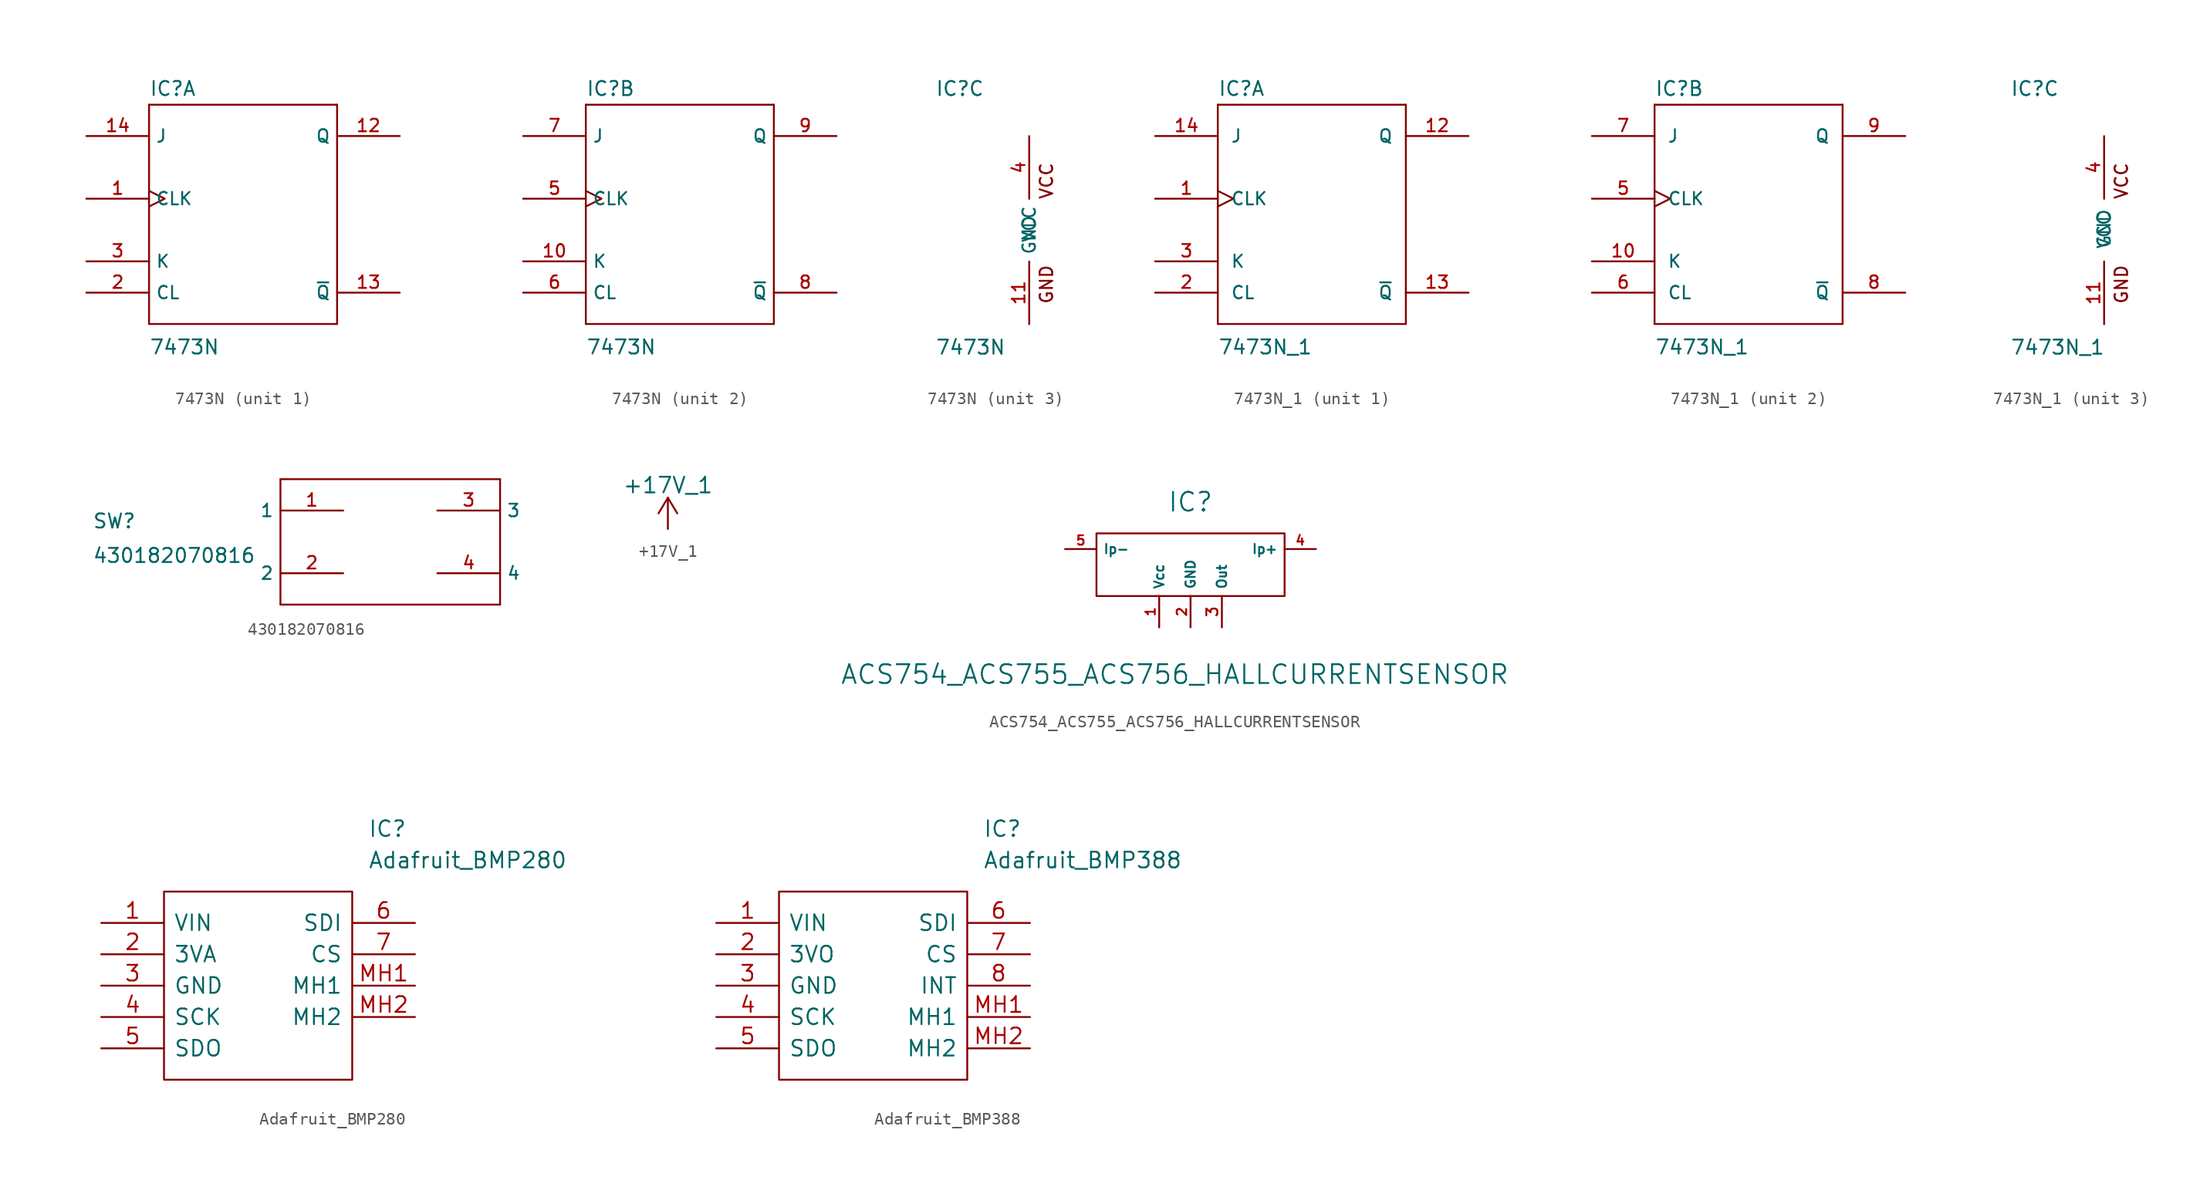
<source format=kicad_sym>
(kicad_symbol_lib
  (version 20220102)
  (generator kicad_symbol_editor)
  (symbol "7473N"
    (property "Reference" "IC"
      (at -7.62 10.795 0)
      (effects (font (size 1.143 1.143)) (justify left bottom)))
    (property "Value" "7473N"
      (at -7.62 -10.16 0)
      (effects (font (size 1.143 1.143)) (justify left bottom)))
    (property "ki_locked" ""
      (at 0 0 0)
      (effects (font (size 1.27 1.27))))
    (symbol "7473N_1_0"
      (polyline (pts (xy -7.62 -7.62) (xy 7.62 -7.62)) (stroke (width 0) (type default)) (fill (type none)))
      (polyline (pts (xy -7.62 10.16) (xy -7.62 -7.62)) (stroke (width 0) (type default)) (fill (type none)))
      (polyline (pts (xy 7.62 -7.62) (xy 7.62 10.16)) (stroke (width 0) (type default)) (fill (type none)))
      (polyline (pts (xy 7.62 10.16) (xy -7.62 10.16)) (stroke (width 0) (type default)) (fill (type none))))
    (symbol "7473N_1_1"
      (pin input clock (at -12.7 2.54 0) (length 5.08) (name "CLK" (effects (font (size 1.016 1.016)))) (number "1" (effects (font (size 1.016 1.016)))))
      (pin output line (at 12.7 7.62 180) (length 5.08) (name "Q" (effects (font (size 1.016 1.016)))) (number "12" (effects (font (size 1.016 1.016)))))
      (pin output line (at 12.7 -5.08 180) (length 5.08) (name "~{Q}" (effects (font (size 1.016 1.016)))) (number "13" (effects (font (size 1.016 1.016)))))
      (pin input line (at -12.7 7.62 0) (length 5.08) (name "J" (effects (font (size 1.016 1.016)))) (number "14" (effects (font (size 1.016 1.016)))))
      (pin input line (at -12.7 -5.08 0) (length 5.08) (name "CL" (effects (font (size 1.016 1.016)))) (number "2" (effects (font (size 1.016 1.016)))))
      (pin input line (at -12.7 -2.54 0) (length 5.08) (name "K" (effects (font (size 1.016 1.016)))) (number "3" (effects (font (size 1.016 1.016))))))
    (symbol "7473N_2_0"
      (polyline (pts (xy -7.62 -7.62) (xy 7.62 -7.62)) (stroke (width 0) (type default)) (fill (type none)))
      (polyline (pts (xy -7.62 10.16) (xy -7.62 -7.62)) (stroke (width 0) (type default)) (fill (type none)))
      (polyline (pts (xy 7.62 -7.62) (xy 7.62 10.16)) (stroke (width 0) (type default)) (fill (type none)))
      (polyline (pts (xy 7.62 10.16) (xy -7.62 10.16)) (stroke (width 0) (type default)) (fill (type none))))
    (symbol "7473N_2_1"
      (pin input line (at -12.7 -2.54 0) (length 5.08) (name "K" (effects (font (size 1.016 1.016)))) (number "10" (effects (font (size 1.016 1.016)))))
      (pin input clock (at -12.7 2.54 0) (length 5.08) (name "CLK" (effects (font (size 1.016 1.016)))) (number "5" (effects (font (size 1.016 1.016)))))
      (pin input line (at -12.7 -5.08 0) (length 5.08) (name "CL" (effects (font (size 1.016 1.016)))) (number "6" (effects (font (size 1.016 1.016)))))
      (pin input line (at -12.7 7.62 0) (length 5.08) (name "J" (effects (font (size 1.016 1.016)))) (number "7" (effects (font (size 1.016 1.016)))))
      (pin output line (at 12.7 -5.08 180) (length 5.08) (name "~{Q}" (effects (font (size 1.016 1.016)))) (number "8" (effects (font (size 1.016 1.016)))))
      (pin output line (at 12.7 7.62 180) (length 5.08) (name "Q" (effects (font (size 1.016 1.016)))) (number "9" (effects (font (size 1.016 1.016))))))
    (symbol "7473N_3_0"
      (text "GND" (at 1.397 -4.394 900) (effects (font (size 1.016 1.016))))
      (text "VCC" (at 1.397 3.988 900) (effects (font (size 1.016 1.016)))))
    (symbol "7473N_3_1"
      (pin power_in line (at 0 -7.62 90) (length 5.08) (name "GND" (effects (font (size 1.016 1.016)))) (number "11" (effects (font (size 1.016 1.016)))))
      (pin power_in line (at 0 7.62 270) (length 5.08) (name "VCC" (effects (font (size 1.016 1.016)))) (number "4" (effects (font (size 1.016 1.016)))))))
  (symbol "7473N_1"
    (pin_names
      (offset 1.016))
    (property "Reference" "IC"
      (at -7.62 10.795 0)
      (effects (font (size 1.143 1.143)) (justify left bottom)))
    (property "Value" "7473N_1"
      (at -7.62 -10.16 0)
      (effects (font (size 1.143 1.143)) (justify left bottom)))
    (property "ki_locked" ""
      (at 0 0 0)
      (effects (font (size 1.27 1.27))))
    (symbol "7473N_1_1_0"
      (polyline (pts (xy -7.62 -7.62) (xy 7.62 -7.62)) (stroke (width 0) (type default)) (fill (type none)))
      (polyline (pts (xy -7.62 10.16) (xy -7.62 -7.62)) (stroke (width 0) (type default)) (fill (type none)))
      (polyline (pts (xy 7.62 -7.62) (xy 7.62 10.16)) (stroke (width 0) (type default)) (fill (type none)))
      (polyline (pts (xy 7.62 10.16) (xy -7.62 10.16)) (stroke (width 0) (type default)) (fill (type none))))
    (symbol "7473N_1_1_1"
      (pin input clock (at -12.7 2.54 0) (length 5.08) (name "CLK" (effects (font (size 1.016 1.016)))) (number "1" (effects (font (size 1.016 1.016)))))
      (pin output line (at 12.7 7.62 180) (length 5.08) (name "Q" (effects (font (size 1.016 1.016)))) (number "12" (effects (font (size 1.016 1.016)))))
      (pin output line (at 12.7 -5.08 180) (length 5.08) (name "~{Q}" (effects (font (size 1.016 1.016)))) (number "13" (effects (font (size 1.016 1.016)))))
      (pin input line (at -12.7 7.62 0) (length 5.08) (name "J" (effects (font (size 1.016 1.016)))) (number "14" (effects (font (size 1.016 1.016)))))
      (pin input line (at -12.7 -5.08 0) (length 5.08) (name "CL" (effects (font (size 1.016 1.016)))) (number "2" (effects (font (size 1.016 1.016)))))
      (pin input line (at -12.7 -2.54 0) (length 5.08) (name "K" (effects (font (size 1.016 1.016)))) (number "3" (effects (font (size 1.016 1.016))))))
    (symbol "7473N_1_2_0"
      (polyline (pts (xy -7.62 -7.62) (xy 7.62 -7.62)) (stroke (width 0) (type default)) (fill (type none)))
      (polyline (pts (xy -7.62 10.16) (xy -7.62 -7.62)) (stroke (width 0) (type default)) (fill (type none)))
      (polyline (pts (xy 7.62 -7.62) (xy 7.62 10.16)) (stroke (width 0) (type default)) (fill (type none)))
      (polyline (pts (xy 7.62 10.16) (xy -7.62 10.16)) (stroke (width 0) (type default)) (fill (type none))))
    (symbol "7473N_1_2_1"
      (pin input line (at -12.7 -2.54 0) (length 5.08) (name "K" (effects (font (size 1.016 1.016)))) (number "10" (effects (font (size 1.016 1.016)))))
      (pin input clock (at -12.7 2.54 0) (length 5.08) (name "CLK" (effects (font (size 1.016 1.016)))) (number "5" (effects (font (size 1.016 1.016)))))
      (pin input line (at -12.7 -5.08 0) (length 5.08) (name "CL" (effects (font (size 1.016 1.016)))) (number "6" (effects (font (size 1.016 1.016)))))
      (pin input line (at -12.7 7.62 0) (length 5.08) (name "J" (effects (font (size 1.016 1.016)))) (number "7" (effects (font (size 1.016 1.016)))))
      (pin output line (at 12.7 -5.08 180) (length 5.08) (name "~{Q}" (effects (font (size 1.016 1.016)))) (number "8" (effects (font (size 1.016 1.016)))))
      (pin output line (at 12.7 7.62 180) (length 5.08) (name "Q" (effects (font (size 1.016 1.016)))) (number "9" (effects (font (size 1.016 1.016))))))
    (symbol "7473N_1_3_0"
      (text "GND" (at 1.397 -4.394 900) (effects (font (size 1.016 1.016))))
      (text "VCC" (at 1.397 3.988 900) (effects (font (size 1.016 1.016)))))
    (symbol "7473N_1_3_1"
      (pin power_in line (at 0 -7.62 90) (length 5.08) (name "GND" (effects (font (size 1.016 1.016)))) (number "11" (effects (font (size 1.016 1.016)))))
      (pin power_in line (at 0 7.62 270) (length 5.08) (name "VCC" (effects (font (size 1.016 1.016)))) (number "4" (effects (font (size 1.016 1.016)))))))
  (symbol "430182070816"
    (property "Reference" "SW"
      (at -24.13 1.016 0)
      (effects (font (size 1.143 1.143)) (justify left bottom)))
    (property "Value" "430182070816"
      (at -24.13 -1.778 0)
      (effects (font (size 1.143 1.143)) (justify left bottom)))
    (property "ki_locked" ""
      (at 0 0 0)
      (effects (font (size 1.27 1.27))))
    (symbol "430182070816_1_0"
      (polyline (pts (xy -8.89 -5.08) (xy -8.89 5.08)) (stroke (width 0) (type default)) (fill (type none)))
      (polyline (pts (xy -8.89 5.08) (xy 8.89 5.08)) (stroke (width 0) (type default)) (fill (type none)))
      (polyline (pts (xy 8.89 -5.08) (xy -8.89 -5.08)) (stroke (width 0) (type default)) (fill (type none)))
      (polyline (pts (xy 8.89 5.08) (xy 8.89 -5.08)) (stroke (width 0) (type default)) (fill (type none))))
    (symbol "430182070816_1_1"
      (pin bidirectional line (at -3.81 2.54 180) (length 5.08) (name "1" (effects (font (size 1.016 1.016)))) (number "1" (effects (font (size 1.016 1.016)))))
      (pin bidirectional line (at -3.81 -2.54 180) (length 5.08) (name "2" (effects (font (size 1.016 1.016)))) (number "2" (effects (font (size 1.016 1.016)))))
      (pin bidirectional line (at 3.81 2.54 0) (length 5.08) (name "3" (effects (font (size 1.016 1.016)))) (number "3" (effects (font (size 1.016 1.016)))))
      (pin bidirectional line (at 3.81 -2.54 0) (length 5.08) (name "4" (effects (font (size 1.016 1.016)))) (number "4" (effects (font (size 1.016 1.016)))))))
  (symbol "+17V_1"
    (power)
    (pin_names
      (offset 0))
    (property "Reference" "#PWR"
      (at 0 -3.81 0)
      (effects (font (size 1.27 1.27)) hide))
    (property "Value" "+17V_1"
      (at 0 3.556 0)
      (effects (font (size 1.27 1.27))))
    (property "Footprint" ""
      (at 0 0 0)
      (effects (font (size 1.27 1.27))))
    (property "Datasheet" ""
      (at 0 0 0)
      (effects (font (size 1.27 1.27))))
    (symbol "+17V_1_0_1"
      (polyline (pts (xy -0.762 1.27) (xy 0 2.54)) (stroke (width 0) (type default)) (fill (type none)))
      (polyline (pts (xy 0 0) (xy 0 2.54)) (stroke (width 0) (type default)) (fill (type none)))
      (polyline (pts (xy 0 2.54) (xy 0.762 1.27)) (stroke (width 0) (type default)) (fill (type none))))
    (symbol "+17V_1_1_1"
      (pin power_in line (at 0 0 90) (length 0) hide (name "+9V" (effects (font (size 1.27 1.27)))) (number "1" (effects (font (size 1.27 1.27)))))))
  (symbol "ACS754_ACS755_ACS756_HALLCURRENTSENSOR"
    (property "Reference" "IC"
      (at 0 5.08 0)
      (effects (font (size 1.524 1.524))))
    (property "Value" "ACS754_ACS755_ACS756_HALLCURRENTSENSOR"
      (at -1.27 -8.89 0)
      (effects (font (size 1.524 1.524))))
    (property "Footprint" ""
      (at 0 0 0)
      (effects (font (size 1.524 1.524))))
    (property "Datasheet" ""
      (at 0 0 0)
      (effects (font (size 1.524 1.524))))
    (symbol "ACS754_ACS755_ACS756_HALLCURRENTSENSOR_0_1"
      (rectangle (start -7.62 2.54) (end 7.62 -2.54) (stroke (width 0) (type default)) (fill (type none))))
    (symbol "ACS754_ACS755_ACS756_HALLCURRENTSENSOR_1_1"
      (pin power_in line (at -2.54 -5.08 90) (length 2.54) (name "Vcc" (effects (font (size 0.762 0.762)))) (number "1" (effects (font (size 0.762 0.762)))))
      (pin power_in line (at 0 -5.08 90) (length 2.54) (name "GND" (effects (font (size 0.762 0.762)))) (number "2" (effects (font (size 0.762 0.762)))))
      (pin power_in line (at 2.54 -5.08 90) (length 2.54) (name "Out" (effects (font (size 0.762 0.762)))) (number "3" (effects (font (size 0.889 0.889)))))
      (pin power_in line (at 10.16 1.27 180) (length 2.54) (name "Ip+" (effects (font (size 0.762 0.762)))) (number "4" (effects (font (size 0.762 0.762)))))
      (pin power_in line (at -10.16 1.27 0) (length 2.54) (name "Ip-" (effects (font (size 0.762 0.762)))) (number "5" (effects (font (size 0.762 0.762)))))))
  (symbol "Adafruit_BMP280"
    (pin_names
      (offset 0.762))
    (property "Reference" "IC"
      (at 21.59 7.62 0)
      (effects (font (size 1.27 1.27)) (justify left)))
    (property "Value" "Adafruit_BMP280"
      (at 21.59 5.08 0)
      (effects (font (size 1.27 1.27)) (justify left)))
    (symbol "Adafruit_BMP280_0_0"
      (pin bidirectional line (at 0 0 0) (length 5.08) (name "VIN" (effects (font (size 1.27 1.27)))) (number "1" (effects (font (size 1.27 1.27)))))
      (pin bidirectional line (at 0 -2.54 0) (length 5.08) (name "3VA" (effects (font (size 1.27 1.27)))) (number "2" (effects (font (size 1.27 1.27)))))
      (pin bidirectional line (at 0 -5.08 0) (length 5.08) (name "GND" (effects (font (size 1.27 1.27)))) (number "3" (effects (font (size 1.27 1.27)))))
      (pin bidirectional line (at 0 -7.62 0) (length 5.08) (name "SCK" (effects (font (size 1.27 1.27)))) (number "4" (effects (font (size 1.27 1.27)))))
      (pin bidirectional line (at 0 -10.16 0) (length 5.08) (name "SDO" (effects (font (size 1.27 1.27)))) (number "5" (effects (font (size 1.27 1.27)))))
      (pin bidirectional line (at 25.4 0 180) (length 5.08) (name "SDI" (effects (font (size 1.27 1.27)))) (number "6" (effects (font (size 1.27 1.27)))))
      (pin bidirectional line (at 25.4 -2.54 180) (length 5.08) (name "CS" (effects (font (size 1.27 1.27)))) (number "7" (effects (font (size 1.27 1.27)))))
      (pin bidirectional line (at 25.4 -5.08 180) (length 5.08) (name "MH1" (effects (font (size 1.27 1.27)))) (number "MH1" (effects (font (size 1.27 1.27)))))
      (pin bidirectional line (at 25.4 -7.62 180) (length 5.08) (name "MH2" (effects (font (size 1.27 1.27)))) (number "MH2" (effects (font (size 1.27 1.27))))))
    (symbol "Adafruit_BMP280_0_1"
      (polyline (pts (xy 5.08 2.54) (xy 20.32 2.54) (xy 20.32 -12.7) (xy 5.08 -12.7) (xy 5.08 2.54)) (stroke (width 0.152) (type default)) (fill (type none)))))
  (symbol "Adafruit_BMP388"
    (pin_names
      (offset 0.762))
    (property "Reference" "IC"
      (at 21.59 7.62 0)
      (effects (font (size 1.27 1.27)) (justify left)))
    (property "Value" "Adafruit_BMP388"
      (at 21.59 5.08 0)
      (effects (font (size 1.27 1.27)) (justify left)))
    (symbol "Adafruit_BMP388_0_0"
      (pin bidirectional line (at 0 0 0) (length 5.08) (name "VIN" (effects (font (size 1.27 1.27)))) (number "1" (effects (font (size 1.27 1.27)))))
      (pin bidirectional line (at 0 -2.54 0) (length 5.08) (name "3VO" (effects (font (size 1.27 1.27)))) (number "2" (effects (font (size 1.27 1.27)))))
      (pin bidirectional line (at 0 -5.08 0) (length 5.08) (name "GND" (effects (font (size 1.27 1.27)))) (number "3" (effects (font (size 1.27 1.27)))))
      (pin bidirectional line (at 0 -7.62 0) (length 5.08) (name "SCK" (effects (font (size 1.27 1.27)))) (number "4" (effects (font (size 1.27 1.27)))))
      (pin bidirectional line (at 0 -10.16 0) (length 5.08) (name "SDO" (effects (font (size 1.27 1.27)))) (number "5" (effects (font (size 1.27 1.27)))))
      (pin bidirectional line (at 25.4 0 180) (length 5.08) (name "SDI" (effects (font (size 1.27 1.27)))) (number "6" (effects (font (size 1.27 1.27)))))
      (pin bidirectional line (at 25.4 -2.54 180) (length 5.08) (name "CS" (effects (font (size 1.27 1.27)))) (number "7" (effects (font (size 1.27 1.27)))))
      (pin bidirectional line (at 25.4 -5.08 180) (length 5.08) (name "INT" (effects (font (size 1.27 1.27)))) (number "8" (effects (font (size 1.27 1.27)))))
      (pin bidirectional line (at 25.4 -7.62 180) (length 5.08) (name "MH1" (effects (font (size 1.27 1.27)))) (number "MH1" (effects (font (size 1.27 1.27)))))
      (pin bidirectional line (at 25.4 -10.16 180) (length 5.08) (name "MH2" (effects (font (size 1.27 1.27)))) (number "MH2" (effects (font (size 1.27 1.27))))))
    (symbol "Adafruit_BMP388_0_1"
      (polyline (pts (xy 5.08 2.54) (xy 20.32 2.54) (xy 20.32 -12.7) (xy 5.08 -12.7) (xy 5.08 2.54)) (stroke (width 0.152) (type default)) (fill (type none))))))
</source>
